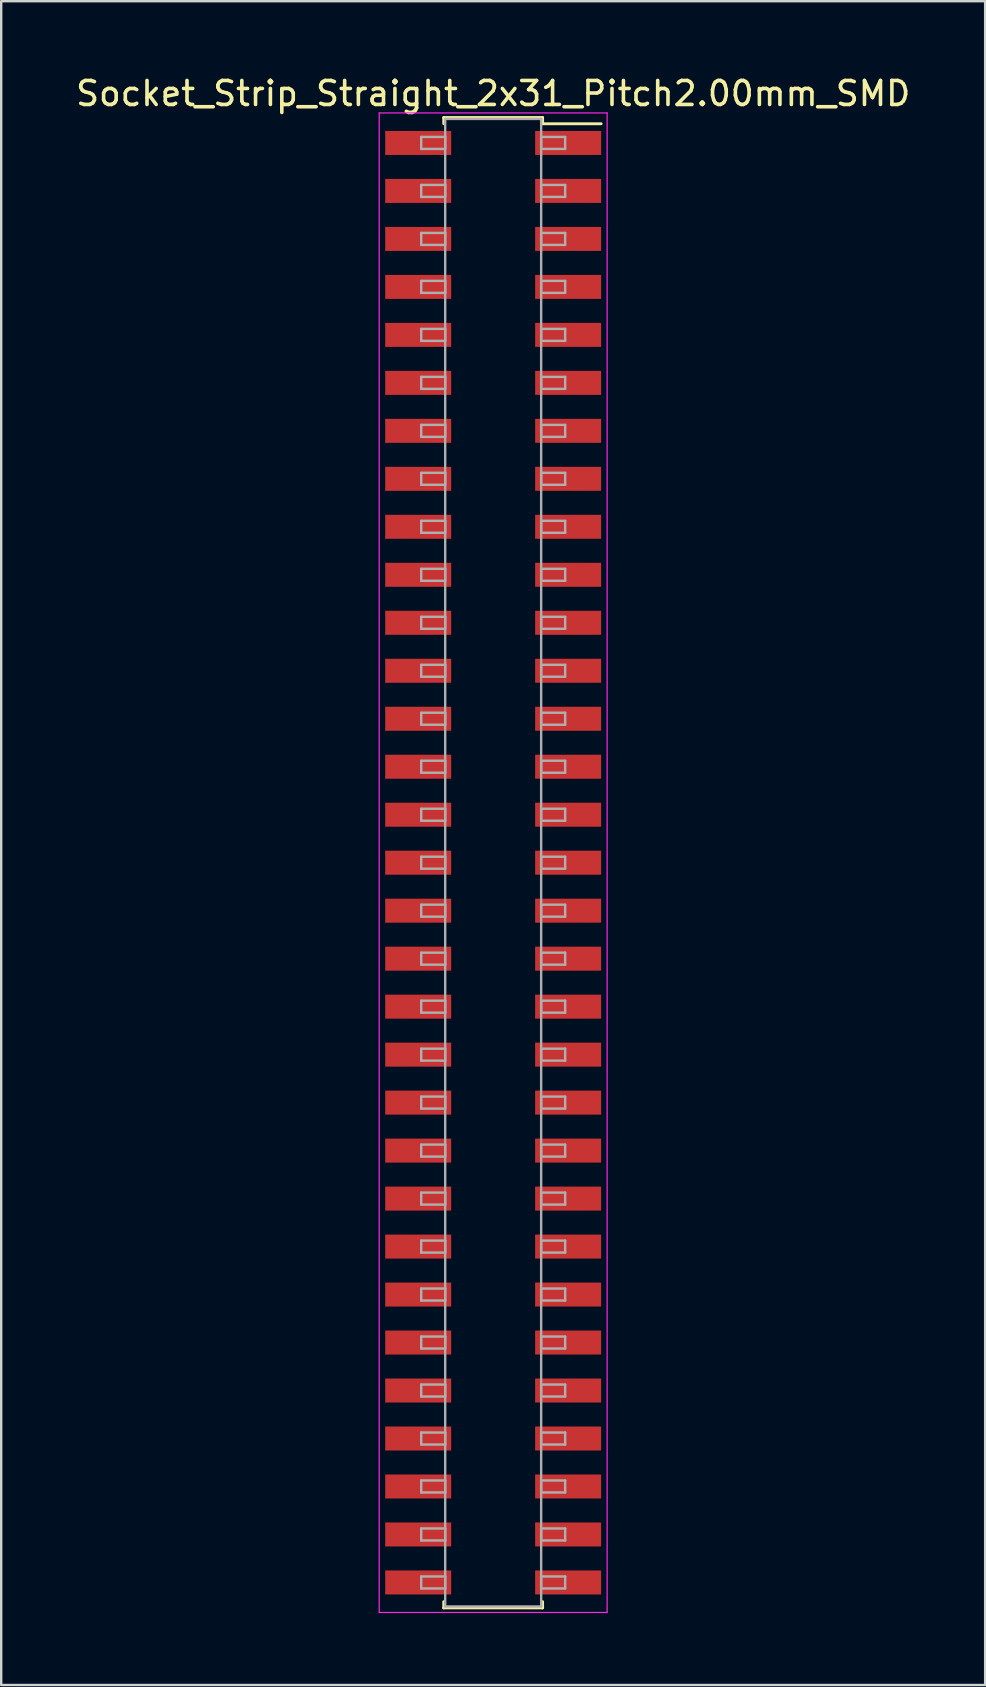
<source format=kicad_pcb>
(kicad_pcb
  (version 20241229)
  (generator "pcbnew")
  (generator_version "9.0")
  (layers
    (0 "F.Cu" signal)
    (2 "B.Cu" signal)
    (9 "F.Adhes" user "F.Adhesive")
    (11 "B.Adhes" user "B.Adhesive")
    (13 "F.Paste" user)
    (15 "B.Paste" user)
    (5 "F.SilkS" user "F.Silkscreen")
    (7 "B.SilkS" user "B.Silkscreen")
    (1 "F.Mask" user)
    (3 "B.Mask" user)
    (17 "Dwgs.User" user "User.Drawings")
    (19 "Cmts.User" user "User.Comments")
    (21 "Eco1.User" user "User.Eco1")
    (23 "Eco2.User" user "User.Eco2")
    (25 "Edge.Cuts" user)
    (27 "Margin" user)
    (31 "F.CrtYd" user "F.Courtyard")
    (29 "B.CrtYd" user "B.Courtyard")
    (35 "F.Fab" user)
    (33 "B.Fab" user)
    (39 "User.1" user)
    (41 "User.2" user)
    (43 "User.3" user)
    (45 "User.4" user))
  (footprint "Socket_Strip_Straight_2x31_Pitch2.00mm_SMD"
    (layer "F.Cu")
    (at 17.506 32.908)
    (property "Reference" "Socket_Strip_Straight_2x31_Pitch2.00mm_SMD" (at 0 -32.06 0) (layer "F.SilkS") (effects (font (size 1 1) (thickness 0.15))))
    (attr smd)
    (fp_line (start -2.06 -31.06) (end 2.06 -31.06) (stroke (width 0.12) (type solid)) (layer "F.SilkS"))
    (fp_line (start -2.06 -30.8) (end -2.06 -31.06) (stroke (width 0.12) (type solid)) (layer "F.SilkS"))
    (fp_line (start -2.06 30.8) (end -2.06 31.06) (stroke (width 0.12) (type solid)) (layer "F.SilkS"))
    (fp_line (start -2.06 31.06) (end 2.06 31.06) (stroke (width 0.12) (type solid)) (layer "F.SilkS"))
    (fp_line (start 2.06 -31.06) (end 2.06 -30.8) (stroke (width 0.12) (type solid)) (layer "F.SilkS"))
    (fp_line (start 2.06 31.06) (end 2.06 30.8) (stroke (width 0.12) (type solid)) (layer "F.SilkS"))
    (fp_line (start 4.5 -30.8) (end 2.06 -30.8) (stroke (width 0.12) (type solid)) (layer "F.SilkS"))
    (fp_line (start -4.75 -31.25) (end -4.75 31.25) (stroke (width 0.05) (type solid)) (layer "F.CrtYd"))
    (fp_line (start -4.75 31.25) (end 4.75 31.25) (stroke (width 0.05) (type solid)) (layer "F.CrtYd"))
    (fp_line (start 4.75 -31.25) (end -4.75 -31.25) (stroke (width 0.05) (type solid)) (layer "F.CrtYd"))
    (fp_line (start 4.75 31.25) (end 4.75 -31.25) (stroke (width 0.05) (type solid)) (layer "F.CrtYd"))
    (fp_line (start -3 -30.25) (end -2 -30.25) (stroke (width 0.1) (type solid)) (layer "F.Fab"))
    (fp_line (start -3 -29.75) (end -3 -30.25) (stroke (width 0.1) (type solid)) (layer "F.Fab"))
    (fp_line (start -3 -28.25) (end -2 -28.25) (stroke (width 0.1) (type solid)) (layer "F.Fab"))
    (fp_line (start -3 -27.75) (end -3 -28.25) (stroke (width 0.1) (type solid)) (layer "F.Fab"))
    (fp_line (start -3 -26.25) (end -2 -26.25) (stroke (width 0.1) (type solid)) (layer "F.Fab"))
    (fp_line (start -3 -25.75) (end -3 -26.25) (stroke (width 0.1) (type solid)) (layer "F.Fab"))
    (fp_line (start -3 -24.25) (end -2 -24.25) (stroke (width 0.1) (type solid)) (layer "F.Fab"))
    (fp_line (start -3 -23.75) (end -3 -24.25) (stroke (width 0.1) (type solid)) (layer "F.Fab"))
    (fp_line (start -3 -22.25) (end -2 -22.25) (stroke (width 0.1) (type solid)) (layer "F.Fab"))
    (fp_line (start -3 -21.75) (end -3 -22.25) (stroke (width 0.1) (type solid)) (layer "F.Fab"))
    (fp_line (start -3 -20.25) (end -2 -20.25) (stroke (width 0.1) (type solid)) (layer "F.Fab"))
    (fp_line (start -3 -19.75) (end -3 -20.25) (stroke (width 0.1) (type solid)) (layer "F.Fab"))
    (fp_line (start -3 -18.25) (end -2 -18.25) (stroke (width 0.1) (type solid)) (layer "F.Fab"))
    (fp_line (start -3 -17.75) (end -3 -18.25) (stroke (width 0.1) (type solid)) (layer "F.Fab"))
    (fp_line (start -3 -16.25) (end -2 -16.25) (stroke (width 0.1) (type solid)) (layer "F.Fab"))
    (fp_line (start -3 -15.75) (end -3 -16.25) (stroke (width 0.1) (type solid)) (layer "F.Fab"))
    (fp_line (start -3 -14.25) (end -2 -14.25) (stroke (width 0.1) (type solid)) (layer "F.Fab"))
    (fp_line (start -3 -13.75) (end -3 -14.25) (stroke (width 0.1) (type solid)) (layer "F.Fab"))
    (fp_line (start -3 -12.25) (end -2 -12.25) (stroke (width 0.1) (type solid)) (layer "F.Fab"))
    (fp_line (start -3 -11.75) (end -3 -12.25) (stroke (width 0.1) (type solid)) (layer "F.Fab"))
    (fp_line (start -3 -10.25) (end -2 -10.25) (stroke (width 0.1) (type solid)) (layer "F.Fab"))
    (fp_line (start -3 -9.75) (end -3 -10.25) (stroke (width 0.1) (type solid)) (layer "F.Fab"))
    (fp_line (start -3 -8.25) (end -2 -8.25) (stroke (width 0.1) (type solid)) (layer "F.Fab"))
    (fp_line (start -3 -7.75) (end -3 -8.25) (stroke (width 0.1) (type solid)) (layer "F.Fab"))
    (fp_line (start -3 -6.25) (end -2 -6.25) (stroke (width 0.1) (type solid)) (layer "F.Fab"))
    (fp_line (start -3 -5.75) (end -3 -6.25) (stroke (width 0.1) (type solid)) (layer "F.Fab"))
    (fp_line (start -3 -4.25) (end -2 -4.25) (stroke (width 0.1) (type solid)) (layer "F.Fab"))
    (fp_line (start -3 -3.75) (end -3 -4.25) (stroke (width 0.1) (type solid)) (layer "F.Fab"))
    (fp_line (start -3 -2.25) (end -2 -2.25) (stroke (width 0.1) (type solid)) (layer "F.Fab"))
    (fp_line (start -3 -1.75) (end -3 -2.25) (stroke (width 0.1) (type solid)) (layer "F.Fab"))
    (fp_line (start -3 -0.25) (end -2 -0.25) (stroke (width 0.1) (type solid)) (layer "F.Fab"))
    (fp_line (start -3 0.25) (end -3 -0.25) (stroke (width 0.1) (type solid)) (layer "F.Fab"))
    (fp_line (start -3 1.75) (end -2 1.75) (stroke (width 0.1) (type solid)) (layer "F.Fab"))
    (fp_line (start -3 2.25) (end -3 1.75) (stroke (width 0.1) (type solid)) (layer "F.Fab"))
    (fp_line (start -3 3.75) (end -2 3.75) (stroke (width 0.1) (type solid)) (layer "F.Fab"))
    (fp_line (start -3 4.25) (end -3 3.75) (stroke (width 0.1) (type solid)) (layer "F.Fab"))
    (fp_line (start -3 5.75) (end -2 5.75) (stroke (width 0.1) (type solid)) (layer "F.Fab"))
    (fp_line (start -3 6.25) (end -3 5.75) (stroke (width 0.1) (type solid)) (layer "F.Fab"))
    (fp_line (start -3 7.75) (end -2 7.75) (stroke (width 0.1) (type solid)) (layer "F.Fab"))
    (fp_line (start -3 8.25) (end -3 7.75) (stroke (width 0.1) (type solid)) (layer "F.Fab"))
    (fp_line (start -3 9.75) (end -2 9.75) (stroke (width 0.1) (type solid)) (layer "F.Fab"))
    (fp_line (start -3 10.25) (end -3 9.75) (stroke (width 0.1) (type solid)) (layer "F.Fab"))
    (fp_line (start -3 11.75) (end -2 11.75) (stroke (width 0.1) (type solid)) (layer "F.Fab"))
    (fp_line (start -3 12.25) (end -3 11.75) (stroke (width 0.1) (type solid)) (layer "F.Fab"))
    (fp_line (start -3 13.75) (end -2 13.75) (stroke (width 0.1) (type solid)) (layer "F.Fab"))
    (fp_line (start -3 14.25) (end -3 13.75) (stroke (width 0.1) (type solid)) (layer "F.Fab"))
    (fp_line (start -3 15.75) (end -2 15.75) (stroke (width 0.1) (type solid)) (layer "F.Fab"))
    (fp_line (start -3 16.25) (end -3 15.75) (stroke (width 0.1) (type solid)) (layer "F.Fab"))
    (fp_line (start -3 17.75) (end -2 17.75) (stroke (width 0.1) (type solid)) (layer "F.Fab"))
    (fp_line (start -3 18.25) (end -3 17.75) (stroke (width 0.1) (type solid)) (layer "F.Fab"))
    (fp_line (start -3 19.75) (end -2 19.75) (stroke (width 0.1) (type solid)) (layer "F.Fab"))
    (fp_line (start -3 20.25) (end -3 19.75) (stroke (width 0.1) (type solid)) (layer "F.Fab"))
    (fp_line (start -3 21.75) (end -2 21.75) (stroke (width 0.1) (type solid)) (layer "F.Fab"))
    (fp_line (start -3 22.25) (end -3 21.75) (stroke (width 0.1) (type solid)) (layer "F.Fab"))
    (fp_line (start -3 23.75) (end -2 23.75) (stroke (width 0.1) (type solid)) (layer "F.Fab"))
    (fp_line (start -3 24.25) (end -3 23.75) (stroke (width 0.1) (type solid)) (layer "F.Fab"))
    (fp_line (start -3 25.75) (end -2 25.75) (stroke (width 0.1) (type solid)) (layer "F.Fab"))
    (fp_line (start -3 26.25) (end -3 25.75) (stroke (width 0.1) (type solid)) (layer "F.Fab"))
    (fp_line (start -3 27.75) (end -2 27.75) (stroke (width 0.1) (type solid)) (layer "F.Fab"))
    (fp_line (start -3 28.25) (end -3 27.75) (stroke (width 0.1) (type solid)) (layer "F.Fab"))
    (fp_line (start -3 29.75) (end -2 29.75) (stroke (width 0.1) (type solid)) (layer "F.Fab"))
    (fp_line (start -3 30.25) (end -3 29.75) (stroke (width 0.1) (type solid)) (layer "F.Fab"))
    (fp_line (start -2 -31) (end -2 31) (stroke (width 0.1) (type solid)) (layer "F.Fab"))
    (fp_line (start -2 -30.25) (end -2 -29.75) (stroke (width 0.1) (type solid)) (layer "F.Fab"))
    (fp_line (start -2 -29.75) (end -3 -29.75) (stroke (width 0.1) (type solid)) (layer "F.Fab"))
    (fp_line (start -2 -28.25) (end -2 -27.75) (stroke (width 0.1) (type solid)) (layer "F.Fab"))
    (fp_line (start -2 -27.75) (end -3 -27.75) (stroke (width 0.1) (type solid)) (layer "F.Fab"))
    (fp_line (start -2 -26.25) (end -2 -25.75) (stroke (width 0.1) (type solid)) (layer "F.Fab"))
    (fp_line (start -2 -25.75) (end -3 -25.75) (stroke (width 0.1) (type solid)) (layer "F.Fab"))
    (fp_line (start -2 -24.25) (end -2 -23.75) (stroke (width 0.1) (type solid)) (layer "F.Fab"))
    (fp_line (start -2 -23.75) (end -3 -23.75) (stroke (width 0.1) (type solid)) (layer "F.Fab"))
    (fp_line (start -2 -22.25) (end -2 -21.75) (stroke (width 0.1) (type solid)) (layer "F.Fab"))
    (fp_line (start -2 -21.75) (end -3 -21.75) (stroke (width 0.1) (type solid)) (layer "F.Fab"))
    (fp_line (start -2 -20.25) (end -2 -19.75) (stroke (width 0.1) (type solid)) (layer "F.Fab"))
    (fp_line (start -2 -19.75) (end -3 -19.75) (stroke (width 0.1) (type solid)) (layer "F.Fab"))
    (fp_line (start -2 -18.25) (end -2 -17.75) (stroke (width 0.1) (type solid)) (layer "F.Fab"))
    (fp_line (start -2 -17.75) (end -3 -17.75) (stroke (width 0.1) (type solid)) (layer "F.Fab"))
    (fp_line (start -2 -16.25) (end -2 -15.75) (stroke (width 0.1) (type solid)) (layer "F.Fab"))
    (fp_line (start -2 -15.75) (end -3 -15.75) (stroke (width 0.1) (type solid)) (layer "F.Fab"))
    (fp_line (start -2 -14.25) (end -2 -13.75) (stroke (width 0.1) (type solid)) (layer "F.Fab"))
    (fp_line (start -2 -13.75) (end -3 -13.75) (stroke (width 0.1) (type solid)) (layer "F.Fab"))
    (fp_line (start -2 -12.25) (end -2 -11.75) (stroke (width 0.1) (type solid)) (layer "F.Fab"))
    (fp_line (start -2 -11.75) (end -3 -11.75) (stroke (width 0.1) (type solid)) (layer "F.Fab"))
    (fp_line (start -2 -10.25) (end -2 -9.75) (stroke (width 0.1) (type solid)) (layer "F.Fab"))
    (fp_line (start -2 -9.75) (end -3 -9.75) (stroke (width 0.1) (type solid)) (layer "F.Fab"))
    (fp_line (start -2 -8.25) (end -2 -7.75) (stroke (width 0.1) (type solid)) (layer "F.Fab"))
    (fp_line (start -2 -7.75) (end -3 -7.75) (stroke (width 0.1) (type solid)) (layer "F.Fab"))
    (fp_line (start -2 -6.25) (end -2 -5.75) (stroke (width 0.1) (type solid)) (layer "F.Fab"))
    (fp_line (start -2 -5.75) (end -3 -5.75) (stroke (width 0.1) (type solid)) (layer "F.Fab"))
    (fp_line (start -2 -4.25) (end -2 -3.75) (stroke (width 0.1) (type solid)) (layer "F.Fab"))
    (fp_line (start -2 -3.75) (end -3 -3.75) (stroke (width 0.1) (type solid)) (layer "F.Fab"))
    (fp_line (start -2 -2.25) (end -2 -1.75) (stroke (width 0.1) (type solid)) (layer "F.Fab"))
    (fp_line (start -2 -1.75) (end -3 -1.75) (stroke (width 0.1) (type solid)) (layer "F.Fab"))
    (fp_line (start -2 -0.25) (end -2 0.25) (stroke (width 0.1) (type solid)) (layer "F.Fab"))
    (fp_line (start -2 0.25) (end -3 0.25) (stroke (width 0.1) (type solid)) (layer "F.Fab"))
    (fp_line (start -2 1.75) (end -2 2.25) (stroke (width 0.1) (type solid)) (layer "F.Fab"))
    (fp_line (start -2 2.25) (end -3 2.25) (stroke (width 0.1) (type solid)) (layer "F.Fab"))
    (fp_line (start -2 3.75) (end -2 4.25) (stroke (width 0.1) (type solid)) (layer "F.Fab"))
    (fp_line (start -2 4.25) (end -3 4.25) (stroke (width 0.1) (type solid)) (layer "F.Fab"))
    (fp_line (start -2 5.75) (end -2 6.25) (stroke (width 0.1) (type solid)) (layer "F.Fab"))
    (fp_line (start -2 6.25) (end -3 6.25) (stroke (width 0.1) (type solid)) (layer "F.Fab"))
    (fp_line (start -2 7.75) (end -2 8.25) (stroke (width 0.1) (type solid)) (layer "F.Fab"))
    (fp_line (start -2 8.25) (end -3 8.25) (stroke (width 0.1) (type solid)) (layer "F.Fab"))
    (fp_line (start -2 9.75) (end -2 10.25) (stroke (width 0.1) (type solid)) (layer "F.Fab"))
    (fp_line (start -2 10.25) (end -3 10.25) (stroke (width 0.1) (type solid)) (layer "F.Fab"))
    (fp_line (start -2 11.75) (end -2 12.25) (stroke (width 0.1) (type solid)) (layer "F.Fab"))
    (fp_line (start -2 12.25) (end -3 12.25) (stroke (width 0.1) (type solid)) (layer "F.Fab"))
    (fp_line (start -2 13.75) (end -2 14.25) (stroke (width 0.1) (type solid)) (layer "F.Fab"))
    (fp_line (start -2 14.25) (end -3 14.25) (stroke (width 0.1) (type solid)) (layer "F.Fab"))
    (fp_line (start -2 15.75) (end -2 16.25) (stroke (width 0.1) (type solid)) (layer "F.Fab"))
    (fp_line (start -2 16.25) (end -3 16.25) (stroke (width 0.1) (type solid)) (layer "F.Fab"))
    (fp_line (start -2 17.75) (end -2 18.25) (stroke (width 0.1) (type solid)) (layer "F.Fab"))
    (fp_line (start -2 18.25) (end -3 18.25) (stroke (width 0.1) (type solid)) (layer "F.Fab"))
    (fp_line (start -2 19.75) (end -2 20.25) (stroke (width 0.1) (type solid)) (layer "F.Fab"))
    (fp_line (start -2 20.25) (end -3 20.25) (stroke (width 0.1) (type solid)) (layer "F.Fab"))
    (fp_line (start -2 21.75) (end -2 22.25) (stroke (width 0.1) (type solid)) (layer "F.Fab"))
    (fp_line (start -2 22.25) (end -3 22.25) (stroke (width 0.1) (type solid)) (layer "F.Fab"))
    (fp_line (start -2 23.75) (end -2 24.25) (stroke (width 0.1) (type solid)) (layer "F.Fab"))
    (fp_line (start -2 24.25) (end -3 24.25) (stroke (width 0.1) (type solid)) (layer "F.Fab"))
    (fp_line (start -2 25.75) (end -2 26.25) (stroke (width 0.1) (type solid)) (layer "F.Fab"))
    (fp_line (start -2 26.25) (end -3 26.25) (stroke (width 0.1) (type solid)) (layer "F.Fab"))
    (fp_line (start -2 27.75) (end -2 28.25) (stroke (width 0.1) (type solid)) (layer "F.Fab"))
    (fp_line (start -2 28.25) (end -3 28.25) (stroke (width 0.1) (type solid)) (layer "F.Fab"))
    (fp_line (start -2 29.75) (end -2 30.25) (stroke (width 0.1) (type solid)) (layer "F.Fab"))
    (fp_line (start -2 30.25) (end -3 30.25) (stroke (width 0.1) (type solid)) (layer "F.Fab"))
    (fp_line (start -2 31) (end 2 31) (stroke (width 0.1) (type solid)) (layer "F.Fab"))
    (fp_line (start 2 -31) (end -2 -31) (stroke (width 0.1) (type solid)) (layer "F.Fab"))
    (fp_line (start 2 -30.25) (end 2 -29.75) (stroke (width 0.1) (type solid)) (layer "F.Fab"))
    (fp_line (start 2 -29.75) (end 3 -29.75) (stroke (width 0.1) (type solid)) (layer "F.Fab"))
    (fp_line (start 2 -28.25) (end 2 -27.75) (stroke (width 0.1) (type solid)) (layer "F.Fab"))
    (fp_line (start 2 -27.75) (end 3 -27.75) (stroke (width 0.1) (type solid)) (layer "F.Fab"))
    (fp_line (start 2 -26.25) (end 2 -25.75) (stroke (width 0.1) (type solid)) (layer "F.Fab"))
    (fp_line (start 2 -25.75) (end 3 -25.75) (stroke (width 0.1) (type solid)) (layer "F.Fab"))
    (fp_line (start 2 -24.25) (end 2 -23.75) (stroke (width 0.1) (type solid)) (layer "F.Fab"))
    (fp_line (start 2 -23.75) (end 3 -23.75) (stroke (width 0.1) (type solid)) (layer "F.Fab"))
    (fp_line (start 2 -22.25) (end 2 -21.75) (stroke (width 0.1) (type solid)) (layer "F.Fab"))
    (fp_line (start 2 -21.75) (end 3 -21.75) (stroke (width 0.1) (type solid)) (layer "F.Fab"))
    (fp_line (start 2 -20.25) (end 2 -19.75) (stroke (width 0.1) (type solid)) (layer "F.Fab"))
    (fp_line (start 2 -19.75) (end 3 -19.75) (stroke (width 0.1) (type solid)) (layer "F.Fab"))
    (fp_line (start 2 -18.25) (end 2 -17.75) (stroke (width 0.1) (type solid)) (layer "F.Fab"))
    (fp_line (start 2 -17.75) (end 3 -17.75) (stroke (width 0.1) (type solid)) (layer "F.Fab"))
    (fp_line (start 2 -16.25) (end 2 -15.75) (stroke (width 0.1) (type solid)) (layer "F.Fab"))
    (fp_line (start 2 -15.75) (end 3 -15.75) (stroke (width 0.1) (type solid)) (layer "F.Fab"))
    (fp_line (start 2 -14.25) (end 2 -13.75) (stroke (width 0.1) (type solid)) (layer "F.Fab"))
    (fp_line (start 2 -13.75) (end 3 -13.75) (stroke (width 0.1) (type solid)) (layer "F.Fab"))
    (fp_line (start 2 -12.25) (end 2 -11.75) (stroke (width 0.1) (type solid)) (layer "F.Fab"))
    (fp_line (start 2 -11.75) (end 3 -11.75) (stroke (width 0.1) (type solid)) (layer "F.Fab"))
    (fp_line (start 2 -10.25) (end 2 -9.75) (stroke (width 0.1) (type solid)) (layer "F.Fab"))
    (fp_line (start 2 -9.75) (end 3 -9.75) (stroke (width 0.1) (type solid)) (layer "F.Fab"))
    (fp_line (start 2 -8.25) (end 2 -7.75) (stroke (width 0.1) (type solid)) (layer "F.Fab"))
    (fp_line (start 2 -7.75) (end 3 -7.75) (stroke (width 0.1) (type solid)) (layer "F.Fab"))
    (fp_line (start 2 -6.25) (end 2 -5.75) (stroke (width 0.1) (type solid)) (layer "F.Fab"))
    (fp_line (start 2 -5.75) (end 3 -5.75) (stroke (width 0.1) (type solid)) (layer "F.Fab"))
    (fp_line (start 2 -4.25) (end 2 -3.75) (stroke (width 0.1) (type solid)) (layer "F.Fab"))
    (fp_line (start 2 -3.75) (end 3 -3.75) (stroke (width 0.1) (type solid)) (layer "F.Fab"))
    (fp_line (start 2 -2.25) (end 2 -1.75) (stroke (width 0.1) (type solid)) (layer "F.Fab"))
    (fp_line (start 2 -1.75) (end 3 -1.75) (stroke (width 0.1) (type solid)) (layer "F.Fab"))
    (fp_line (start 2 -0.25) (end 2 0.25) (stroke (width 0.1) (type solid)) (layer "F.Fab"))
    (fp_line (start 2 0.25) (end 3 0.25) (stroke (width 0.1) (type solid)) (layer "F.Fab"))
    (fp_line (start 2 1.75) (end 2 2.25) (stroke (width 0.1) (type solid)) (layer "F.Fab"))
    (fp_line (start 2 2.25) (end 3 2.25) (stroke (width 0.1) (type solid)) (layer "F.Fab"))
    (fp_line (start 2 3.75) (end 2 4.25) (stroke (width 0.1) (type solid)) (layer "F.Fab"))
    (fp_line (start 2 4.25) (end 3 4.25) (stroke (width 0.1) (type solid)) (layer "F.Fab"))
    (fp_line (start 2 5.75) (end 2 6.25) (stroke (width 0.1) (type solid)) (layer "F.Fab"))
    (fp_line (start 2 6.25) (end 3 6.25) (stroke (width 0.1) (type solid)) (layer "F.Fab"))
    (fp_line (start 2 7.75) (end 2 8.25) (stroke (width 0.1) (type solid)) (layer "F.Fab"))
    (fp_line (start 2 8.25) (end 3 8.25) (stroke (width 0.1) (type solid)) (layer "F.Fab"))
    (fp_line (start 2 9.75) (end 2 10.25) (stroke (width 0.1) (type solid)) (layer "F.Fab"))
    (fp_line (start 2 10.25) (end 3 10.25) (stroke (width 0.1) (type solid)) (layer "F.Fab"))
    (fp_line (start 2 11.75) (end 2 12.25) (stroke (width 0.1) (type solid)) (layer "F.Fab"))
    (fp_line (start 2 12.25) (end 3 12.25) (stroke (width 0.1) (type solid)) (layer "F.Fab"))
    (fp_line (start 2 13.75) (end 2 14.25) (stroke (width 0.1) (type solid)) (layer "F.Fab"))
    (fp_line (start 2 14.25) (end 3 14.25) (stroke (width 0.1) (type solid)) (layer "F.Fab"))
    (fp_line (start 2 15.75) (end 2 16.25) (stroke (width 0.1) (type solid)) (layer "F.Fab"))
    (fp_line (start 2 16.25) (end 3 16.25) (stroke (width 0.1) (type solid)) (layer "F.Fab"))
    (fp_line (start 2 17.75) (end 2 18.25) (stroke (width 0.1) (type solid)) (layer "F.Fab"))
    (fp_line (start 2 18.25) (end 3 18.25) (stroke (width 0.1) (type solid)) (layer "F.Fab"))
    (fp_line (start 2 19.75) (end 2 20.25) (stroke (width 0.1) (type solid)) (layer "F.Fab"))
    (fp_line (start 2 20.25) (end 3 20.25) (stroke (width 0.1) (type solid)) (layer "F.Fab"))
    (fp_line (start 2 21.75) (end 2 22.25) (stroke (width 0.1) (type solid)) (layer "F.Fab"))
    (fp_line (start 2 22.25) (end 3 22.25) (stroke (width 0.1) (type solid)) (layer "F.Fab"))
    (fp_line (start 2 23.75) (end 2 24.25) (stroke (width 0.1) (type solid)) (layer "F.Fab"))
    (fp_line (start 2 24.25) (end 3 24.25) (stroke (width 0.1) (type solid)) (layer "F.Fab"))
    (fp_line (start 2 25.75) (end 2 26.25) (stroke (width 0.1) (type solid)) (layer "F.Fab"))
    (fp_line (start 2 26.25) (end 3 26.25) (stroke (width 0.1) (type solid)) (layer "F.Fab"))
    (fp_line (start 2 27.75) (end 2 28.25) (stroke (width 0.1) (type solid)) (layer "F.Fab"))
    (fp_line (start 2 28.25) (end 3 28.25) (stroke (width 0.1) (type solid)) (layer "F.Fab"))
    (fp_line (start 2 29.75) (end 2 30.25) (stroke (width 0.1) (type solid)) (layer "F.Fab"))
    (fp_line (start 2 30.25) (end 3 30.25) (stroke (width 0.1) (type solid)) (layer "F.Fab"))
    (fp_line (start 2 31) (end 2 -31) (stroke (width 0.1) (type solid)) (layer "F.Fab"))
    (fp_line (start 3 -30.25) (end 2 -30.25) (stroke (width 0.1) (type solid)) (layer "F.Fab"))
    (fp_line (start 3 -29.75) (end 3 -30.25) (stroke (width 0.1) (type solid)) (layer "F.Fab"))
    (fp_line (start 3 -28.25) (end 2 -28.25) (stroke (width 0.1) (type solid)) (layer "F.Fab"))
    (fp_line (start 3 -27.75) (end 3 -28.25) (stroke (width 0.1) (type solid)) (layer "F.Fab"))
    (fp_line (start 3 -26.25) (end 2 -26.25) (stroke (width 0.1) (type solid)) (layer "F.Fab"))
    (fp_line (start 3 -25.75) (end 3 -26.25) (stroke (width 0.1) (type solid)) (layer "F.Fab"))
    (fp_line (start 3 -24.25) (end 2 -24.25) (stroke (width 0.1) (type solid)) (layer "F.Fab"))
    (fp_line (start 3 -23.75) (end 3 -24.25) (stroke (width 0.1) (type solid)) (layer "F.Fab"))
    (fp_line (start 3 -22.25) (end 2 -22.25) (stroke (width 0.1) (type solid)) (layer "F.Fab"))
    (fp_line (start 3 -21.75) (end 3 -22.25) (stroke (width 0.1) (type solid)) (layer "F.Fab"))
    (fp_line (start 3 -20.25) (end 2 -20.25) (stroke (width 0.1) (type solid)) (layer "F.Fab"))
    (fp_line (start 3 -19.75) (end 3 -20.25) (stroke (width 0.1) (type solid)) (layer "F.Fab"))
    (fp_line (start 3 -18.25) (end 2 -18.25) (stroke (width 0.1) (type solid)) (layer "F.Fab"))
    (fp_line (start 3 -17.75) (end 3 -18.25) (stroke (width 0.1) (type solid)) (layer "F.Fab"))
    (fp_line (start 3 -16.25) (end 2 -16.25) (stroke (width 0.1) (type solid)) (layer "F.Fab"))
    (fp_line (start 3 -15.75) (end 3 -16.25) (stroke (width 0.1) (type solid)) (layer "F.Fab"))
    (fp_line (start 3 -14.25) (end 2 -14.25) (stroke (width 0.1) (type solid)) (layer "F.Fab"))
    (fp_line (start 3 -13.75) (end 3 -14.25) (stroke (width 0.1) (type solid)) (layer "F.Fab"))
    (fp_line (start 3 -12.25) (end 2 -12.25) (stroke (width 0.1) (type solid)) (layer "F.Fab"))
    (fp_line (start 3 -11.75) (end 3 -12.25) (stroke (width 0.1) (type solid)) (layer "F.Fab"))
    (fp_line (start 3 -10.25) (end 2 -10.25) (stroke (width 0.1) (type solid)) (layer "F.Fab"))
    (fp_line (start 3 -9.75) (end 3 -10.25) (stroke (width 0.1) (type solid)) (layer "F.Fab"))
    (fp_line (start 3 -8.25) (end 2 -8.25) (stroke (width 0.1) (type solid)) (layer "F.Fab"))
    (fp_line (start 3 -7.75) (end 3 -8.25) (stroke (width 0.1) (type solid)) (layer "F.Fab"))
    (fp_line (start 3 -6.25) (end 2 -6.25) (stroke (width 0.1) (type solid)) (layer "F.Fab"))
    (fp_line (start 3 -5.75) (end 3 -6.25) (stroke (width 0.1) (type solid)) (layer "F.Fab"))
    (fp_line (start 3 -4.25) (end 2 -4.25) (stroke (width 0.1) (type solid)) (layer "F.Fab"))
    (fp_line (start 3 -3.75) (end 3 -4.25) (stroke (width 0.1) (type solid)) (layer "F.Fab"))
    (fp_line (start 3 -2.25) (end 2 -2.25) (stroke (width 0.1) (type solid)) (layer "F.Fab"))
    (fp_line (start 3 -1.75) (end 3 -2.25) (stroke (width 0.1) (type solid)) (layer "F.Fab"))
    (fp_line (start 3 -0.25) (end 2 -0.25) (stroke (width 0.1) (type solid)) (layer "F.Fab"))
    (fp_line (start 3 0.25) (end 3 -0.25) (stroke (width 0.1) (type solid)) (layer "F.Fab"))
    (fp_line (start 3 1.75) (end 2 1.75) (stroke (width 0.1) (type solid)) (layer "F.Fab"))
    (fp_line (start 3 2.25) (end 3 1.75) (stroke (width 0.1) (type solid)) (layer "F.Fab"))
    (fp_line (start 3 3.75) (end 2 3.75) (stroke (width 0.1) (type solid)) (layer "F.Fab"))
    (fp_line (start 3 4.25) (end 3 3.75) (stroke (width 0.1) (type solid)) (layer "F.Fab"))
    (fp_line (start 3 5.75) (end 2 5.75) (stroke (width 0.1) (type solid)) (layer "F.Fab"))
    (fp_line (start 3 6.25) (end 3 5.75) (stroke (width 0.1) (type solid)) (layer "F.Fab"))
    (fp_line (start 3 7.75) (end 2 7.75) (stroke (width 0.1) (type solid)) (layer "F.Fab"))
    (fp_line (start 3 8.25) (end 3 7.75) (stroke (width 0.1) (type solid)) (layer "F.Fab"))
    (fp_line (start 3 9.75) (end 2 9.75) (stroke (width 0.1) (type solid)) (layer "F.Fab"))
    (fp_line (start 3 10.25) (end 3 9.75) (stroke (width 0.1) (type solid)) (layer "F.Fab"))
    (fp_line (start 3 11.75) (end 2 11.75) (stroke (width 0.1) (type solid)) (layer "F.Fab"))
    (fp_line (start 3 12.25) (end 3 11.75) (stroke (width 0.1) (type solid)) (layer "F.Fab"))
    (fp_line (start 3 13.75) (end 2 13.75) (stroke (width 0.1) (type solid)) (layer "F.Fab"))
    (fp_line (start 3 14.25) (end 3 13.75) (stroke (width 0.1) (type solid)) (layer "F.Fab"))
    (fp_line (start 3 15.75) (end 2 15.75) (stroke (width 0.1) (type solid)) (layer "F.Fab"))
    (fp_line (start 3 16.25) (end 3 15.75) (stroke (width 0.1) (type solid)) (layer "F.Fab"))
    (fp_line (start 3 17.75) (end 2 17.75) (stroke (width 0.1) (type solid)) (layer "F.Fab"))
    (fp_line (start 3 18.25) (end 3 17.75) (stroke (width 0.1) (type solid)) (layer "F.Fab"))
    (fp_line (start 3 19.75) (end 2 19.75) (stroke (width 0.1) (type solid)) (layer "F.Fab"))
    (fp_line (start 3 20.25) (end 3 19.75) (stroke (width 0.1) (type solid)) (layer "F.Fab"))
    (fp_line (start 3 21.75) (end 2 21.75) (stroke (width 0.1) (type solid)) (layer "F.Fab"))
    (fp_line (start 3 22.25) (end 3 21.75) (stroke (width 0.1) (type solid)) (layer "F.Fab"))
    (fp_line (start 3 23.75) (end 2 23.75) (stroke (width 0.1) (type solid)) (layer "F.Fab"))
    (fp_line (start 3 24.25) (end 3 23.75) (stroke (width 0.1) (type solid)) (layer "F.Fab"))
    (fp_line (start 3 25.75) (end 2 25.75) (stroke (width 0.1) (type solid)) (layer "F.Fab"))
    (fp_line (start 3 26.25) (end 3 25.75) (stroke (width 0.1) (type solid)) (layer "F.Fab"))
    (fp_line (start 3 27.75) (end 2 27.75) (stroke (width 0.1) (type solid)) (layer "F.Fab"))
    (fp_line (start 3 28.25) (end 3 27.75) (stroke (width 0.1) (type solid)) (layer "F.Fab"))
    (fp_line (start 3 29.75) (end 2 29.75) (stroke (width 0.1) (type solid)) (layer "F.Fab"))
    (fp_line (start 3 30.25) (end 3 29.75) (stroke (width 0.1) (type solid)) (layer "F.Fab"))
    (pad "1" smd rect (at 3.125 -30) (size 2.75 1) (layers "F.Cu" "F.Mask"))
    (pad "2" smd rect (at -3.125 -30) (size 2.75 1) (layers "F.Cu" "F.Mask"))
    (pad "3" smd rect (at 3.125 -28) (size 2.75 1) (layers "F.Cu" "F.Mask"))
    (pad "4" smd rect (at -3.125 -28) (size 2.75 1) (layers "F.Cu" "F.Mask"))
    (pad "5" smd rect (at 3.125 -26) (size 2.75 1) (layers "F.Cu" "F.Mask"))
    (pad "6" smd rect (at -3.125 -26) (size 2.75 1) (layers "F.Cu" "F.Mask"))
    (pad "7" smd rect (at 3.125 -24) (size 2.75 1) (layers "F.Cu" "F.Mask"))
    (pad "8" smd rect (at -3.125 -24) (size 2.75 1) (layers "F.Cu" "F.Mask"))
    (pad "9" smd rect (at 3.125 -22) (size 2.75 1) (layers "F.Cu" "F.Mask"))
    (pad "10" smd rect (at -3.125 -22) (size 2.75 1) (layers "F.Cu" "F.Mask"))
    (pad "11" smd rect (at 3.125 -20) (size 2.75 1) (layers "F.Cu" "F.Mask"))
    (pad "12" smd rect (at -3.125 -20) (size 2.75 1) (layers "F.Cu" "F.Mask"))
    (pad "13" smd rect (at 3.125 -18) (size 2.75 1) (layers "F.Cu" "F.Mask"))
    (pad "14" smd rect (at -3.125 -18) (size 2.75 1) (layers "F.Cu" "F.Mask"))
    (pad "15" smd rect (at 3.125 -16) (size 2.75 1) (layers "F.Cu" "F.Mask"))
    (pad "16" smd rect (at -3.125 -16) (size 2.75 1) (layers "F.Cu" "F.Mask"))
    (pad "17" smd rect (at 3.125 -14) (size 2.75 1) (layers "F.Cu" "F.Mask"))
    (pad "18" smd rect (at -3.125 -14) (size 2.75 1) (layers "F.Cu" "F.Mask"))
    (pad "19" smd rect (at 3.125 -12) (size 2.75 1) (layers "F.Cu" "F.Mask"))
    (pad "20" smd rect (at -3.125 -12) (size 2.75 1) (layers "F.Cu" "F.Mask"))
    (pad "21" smd rect (at 3.125 -10) (size 2.75 1) (layers "F.Cu" "F.Mask"))
    (pad "22" smd rect (at -3.125 -10) (size 2.75 1) (layers "F.Cu" "F.Mask"))
    (pad "23" smd rect (at 3.125 -8) (size 2.75 1) (layers "F.Cu" "F.Mask"))
    (pad "24" smd rect (at -3.125 -8) (size 2.75 1) (layers "F.Cu" "F.Mask"))
    (pad "25" smd rect (at 3.125 -6) (size 2.75 1) (layers "F.Cu" "F.Mask"))
    (pad "26" smd rect (at -3.125 -6) (size 2.75 1) (layers "F.Cu" "F.Mask"))
    (pad "27" smd rect (at 3.125 -4) (size 2.75 1) (layers "F.Cu" "F.Mask"))
    (pad "28" smd rect (at -3.125 -4) (size 2.75 1) (layers "F.Cu" "F.Mask"))
    (pad "29" smd rect (at 3.125 -2) (size 2.75 1) (layers "F.Cu" "F.Mask"))
    (pad "30" smd rect (at -3.125 -2) (size 2.75 1) (layers "F.Cu" "F.Mask"))
    (pad "31" smd rect (at 3.125 0) (size 2.75 1) (layers "F.Cu" "F.Mask"))
    (pad "32" smd rect (at -3.125 0) (size 2.75 1) (layers "F.Cu" "F.Mask"))
    (pad "33" smd rect (at 3.125 2) (size 2.75 1) (layers "F.Cu" "F.Mask"))
    (pad "34" smd rect (at -3.125 2) (size 2.75 1) (layers "F.Cu" "F.Mask"))
    (pad "35" smd rect (at 3.125 4) (size 2.75 1) (layers "F.Cu" "F.Mask"))
    (pad "36" smd rect (at -3.125 4) (size 2.75 1) (layers "F.Cu" "F.Mask"))
    (pad "37" smd rect (at 3.125 6) (size 2.75 1) (layers "F.Cu" "F.Mask"))
    (pad "38" smd rect (at -3.125 6) (size 2.75 1) (layers "F.Cu" "F.Mask"))
    (pad "39" smd rect (at 3.125 8) (size 2.75 1) (layers "F.Cu" "F.Mask"))
    (pad "40" smd rect (at -3.125 8) (size 2.75 1) (layers "F.Cu" "F.Mask"))
    (pad "41" smd rect (at 3.125 10) (size 2.75 1) (layers "F.Cu" "F.Mask"))
    (pad "42" smd rect (at -3.125 10) (size 2.75 1) (layers "F.Cu" "F.Mask"))
    (pad "43" smd rect (at 3.125 12) (size 2.75 1) (layers "F.Cu" "F.Mask"))
    (pad "44" smd rect (at -3.125 12) (size 2.75 1) (layers "F.Cu" "F.Mask"))
    (pad "45" smd rect (at 3.125 14) (size 2.75 1) (layers "F.Cu" "F.Mask"))
    (pad "46" smd rect (at -3.125 14) (size 2.75 1) (layers "F.Cu" "F.Mask"))
    (pad "47" smd rect (at 3.125 16) (size 2.75 1) (layers "F.Cu" "F.Mask"))
    (pad "48" smd rect (at -3.125 16) (size 2.75 1) (layers "F.Cu" "F.Mask"))
    (pad "49" smd rect (at 3.125 18) (size 2.75 1) (layers "F.Cu" "F.Mask"))
    (pad "50" smd rect (at -3.125 18) (size 2.75 1) (layers "F.Cu" "F.Mask"))
    (pad "51" smd rect (at 3.125 20) (size 2.75 1) (layers "F.Cu" "F.Mask"))
    (pad "52" smd rect (at -3.125 20) (size 2.75 1) (layers "F.Cu" "F.Mask"))
    (pad "53" smd rect (at 3.125 22) (size 2.75 1) (layers "F.Cu" "F.Mask"))
    (pad "54" smd rect (at -3.125 22) (size 2.75 1) (layers "F.Cu" "F.Mask"))
    (pad "55" smd rect (at 3.125 24) (size 2.75 1) (layers "F.Cu" "F.Mask"))
    (pad "56" smd rect (at -3.125 24) (size 2.75 1) (layers "F.Cu" "F.Mask"))
    (pad "57" smd rect (at 3.125 26) (size 2.75 1) (layers "F.Cu" "F.Mask"))
    (pad "58" smd rect (at -3.125 26) (size 2.75 1) (layers "F.Cu" "F.Mask"))
    (pad "59" smd rect (at 3.125 28) (size 2.75 1) (layers "F.Cu" "F.Mask"))
    (pad "60" smd rect (at -3.125 28) (size 2.75 1) (layers "F.Cu" "F.Mask"))
    (pad "61" smd rect (at 3.125 30) (size 2.75 1) (layers "F.Cu" "F.Mask"))
    (pad "62" smd rect (at -3.125 30) (size 2.75 1) (layers "F.Cu" "F.Mask")))
  (gr_rect
    (start -3 -3)
    (end 38.012 67.183)
    (stroke (width 0.1) (type default))
    (fill no)
    (layer "Edge.Cuts")))
</source>
